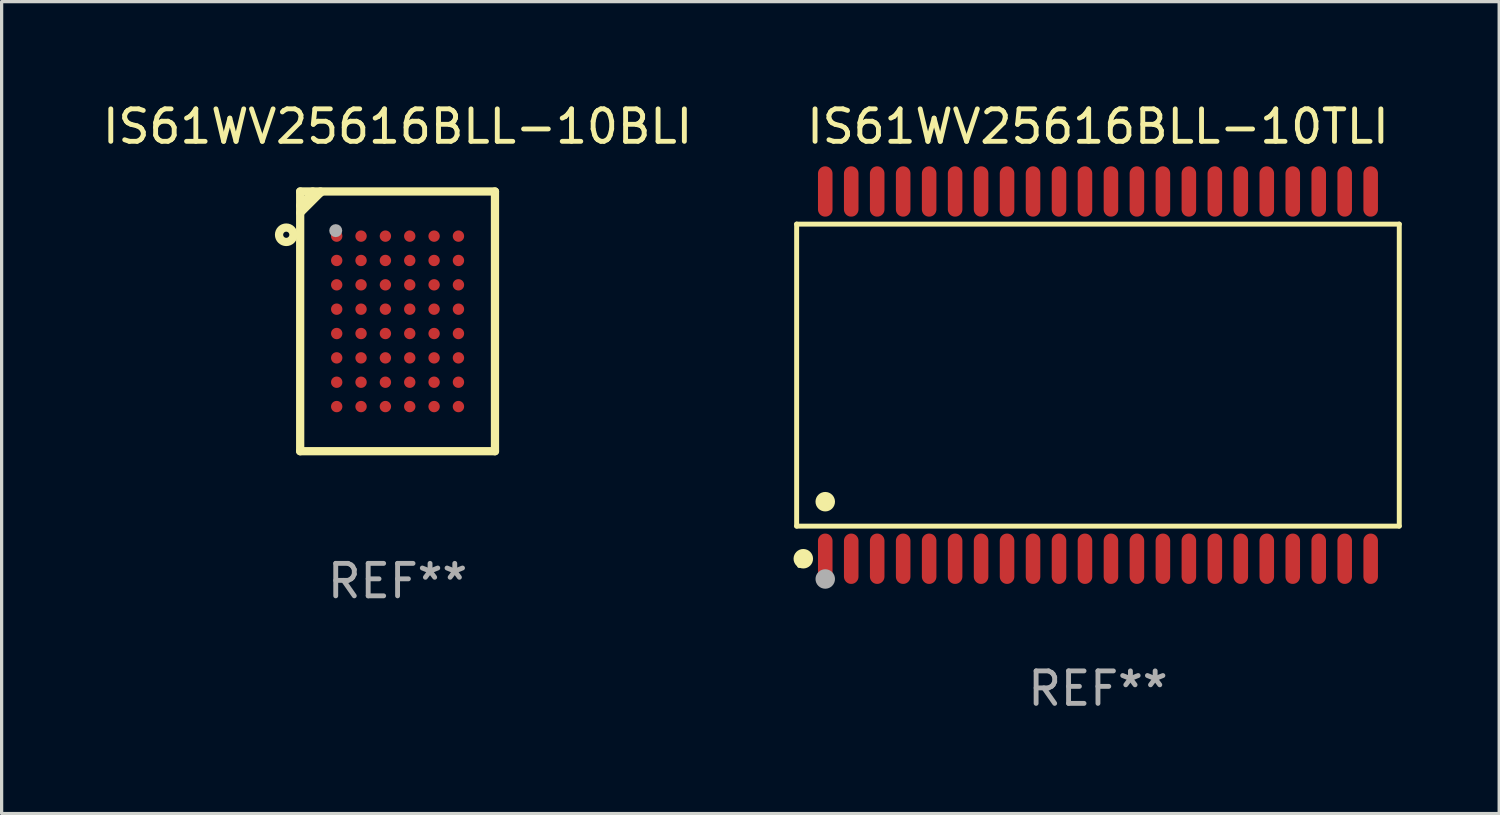
<source format=kicad_pcb>
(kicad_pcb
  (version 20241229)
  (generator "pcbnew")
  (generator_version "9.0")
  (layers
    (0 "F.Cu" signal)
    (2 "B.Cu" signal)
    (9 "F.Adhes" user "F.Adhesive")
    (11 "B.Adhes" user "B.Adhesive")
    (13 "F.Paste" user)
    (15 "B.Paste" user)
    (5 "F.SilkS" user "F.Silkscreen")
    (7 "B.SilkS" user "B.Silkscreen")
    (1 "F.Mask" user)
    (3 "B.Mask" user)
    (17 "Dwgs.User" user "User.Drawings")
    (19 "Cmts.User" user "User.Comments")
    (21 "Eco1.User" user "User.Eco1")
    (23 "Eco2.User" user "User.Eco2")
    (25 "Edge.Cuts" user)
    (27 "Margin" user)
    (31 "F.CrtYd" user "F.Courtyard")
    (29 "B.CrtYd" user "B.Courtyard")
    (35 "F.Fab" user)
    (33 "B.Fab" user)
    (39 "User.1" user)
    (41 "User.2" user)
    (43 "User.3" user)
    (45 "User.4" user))
  (footprint "IS61WV25616BLL-10BLI"
    (layer "F.Cu")
    (at 9.196 6.848)
    (property "Reference" "IS61WV25616BLL-10BLI" (at 0 -6 0) (layer "F.SilkS") (effects (font (size 1 1) (thickness 0.15))))
    (attr through_hole)
    (fp_line (start -3 -4) (end -3 4) (stroke (width 0.254) (type solid)) (layer "F.SilkS"))
    (fp_line (start -3 -4) (end 3 -4) (stroke (width 0.254) (type solid)) (layer "F.SilkS"))
    (fp_line (start -3 4) (end 3 4) (stroke (width 0.254) (type solid)) (layer "F.SilkS"))
    (fp_line (start -2.614 -4) (end -2.614 -3.952) (stroke (width 0.254) (type solid)) (layer "F.SilkS"))
    (fp_line (start -2.614 -3.952) (end -3 -3.567) (stroke (width 0.254) (type solid)) (layer "F.SilkS"))
    (fp_line (start -2.377 -4) (end -2.377 -3.966) (stroke (width 0.254) (type solid)) (layer "F.SilkS"))
    (fp_line (start -2.377 -3.966) (end -3 -3.343) (stroke (width 0.254) (type solid)) (layer "F.SilkS"))
    (fp_line (start 3 -4) (end 3 4) (stroke (width 0.254) (type solid)) (layer "F.SilkS"))
    (fp_circle (center -3.429 -2.667) (end -3.334 -2.667) (stroke (width 0.254) (type solid)) (fill no) (layer "F.SilkS"))
    (fp_circle (center -3 -4) (end -2.97 -4) (stroke (width 0.06) (type solid)) (fill no) (layer "F.SilkS"))
    (fp_circle (center -1.905 -2.794) (end -1.805 -2.794) (stroke (width 0.2) (type solid)) (fill no) (layer "F.Fab"))
    (fp_text user "REF**" (at 0 8 0) (layer "F.Fab") (effects (font (size 1 1) (thickness 0.15))))
    (pad "A1" smd circle (at -1.875 -2.625) (size 0.35 0.35) (layers "F.Cu" "F.Mask" "F.Paste"))
    (pad "A2" smd circle (at -1.125 -2.625) (size 0.35 0.35) (layers "F.Cu" "F.Mask" "F.Paste"))
    (pad "A3" smd circle (at -0.375 -2.625) (size 0.35 0.35) (layers "F.Cu" "F.Mask" "F.Paste"))
    (pad "A4" smd circle (at 0.375 -2.625) (size 0.35 0.35) (layers "F.Cu" "F.Mask" "F.Paste"))
    (pad "A5" smd circle (at 1.125 -2.625) (size 0.35 0.35) (layers "F.Cu" "F.Mask" "F.Paste"))
    (pad "A6" smd circle (at 1.875 -2.625) (size 0.35 0.35) (layers "F.Cu" "F.Mask" "F.Paste"))
    (pad "B1" smd circle (at -1.875 -1.875) (size 0.35 0.35) (layers "F.Cu" "F.Mask" "F.Paste"))
    (pad "B2" smd circle (at -1.125 -1.875) (size 0.35 0.35) (layers "F.Cu" "F.Mask" "F.Paste"))
    (pad "B3" smd circle (at -0.375 -1.875) (size 0.35 0.35) (layers "F.Cu" "F.Mask" "F.Paste"))
    (pad "B4" smd circle (at 0.375 -1.875) (size 0.35 0.35) (layers "F.Cu" "F.Mask" "F.Paste"))
    (pad "B5" smd circle (at 1.125 -1.875) (size 0.35 0.35) (layers "F.Cu" "F.Mask" "F.Paste"))
    (pad "B6" smd circle (at 1.875 -1.875) (size 0.35 0.35) (layers "F.Cu" "F.Mask" "F.Paste"))
    (pad "C1" smd circle (at -1.875 -1.125) (size 0.35 0.35) (layers "F.Cu" "F.Mask" "F.Paste"))
    (pad "C2" smd circle (at -1.125 -1.125) (size 0.35 0.35) (layers "F.Cu" "F.Mask" "F.Paste"))
    (pad "C3" smd circle (at -0.375 -1.125) (size 0.35 0.35) (layers "F.Cu" "F.Mask" "F.Paste"))
    (pad "C4" smd circle (at 0.375 -1.125) (size 0.35 0.35) (layers "F.Cu" "F.Mask" "F.Paste"))
    (pad "C5" smd circle (at 1.125 -1.125) (size 0.35 0.35) (layers "F.Cu" "F.Mask" "F.Paste"))
    (pad "C6" smd circle (at 1.875 -1.125) (size 0.35 0.35) (layers "F.Cu" "F.Mask" "F.Paste"))
    (pad "D1" smd circle (at -1.875 -0.375) (size 0.35 0.35) (layers "F.Cu" "F.Mask" "F.Paste"))
    (pad "D2" smd circle (at -1.125 -0.375) (size 0.35 0.35) (layers "F.Cu" "F.Mask" "F.Paste"))
    (pad "D3" smd circle (at -0.375 -0.375) (size 0.35 0.35) (layers "F.Cu" "F.Mask" "F.Paste"))
    (pad "D4" smd circle (at 0.375 -0.375) (size 0.35 0.35) (layers "F.Cu" "F.Mask" "F.Paste"))
    (pad "D5" smd circle (at 1.125 -0.375) (size 0.35 0.35) (layers "F.Cu" "F.Mask" "F.Paste"))
    (pad "D6" smd circle (at 1.875 -0.375) (size 0.35 0.35) (layers "F.Cu" "F.Mask" "F.Paste"))
    (pad "E1" smd circle (at -1.875 0.375) (size 0.35 0.35) (layers "F.Cu" "F.Mask" "F.Paste"))
    (pad "E2" smd circle (at -1.125 0.375) (size 0.35 0.35) (layers "F.Cu" "F.Mask" "F.Paste"))
    (pad "E3" smd circle (at -0.375 0.375) (size 0.35 0.35) (layers "F.Cu" "F.Mask" "F.Paste"))
    (pad "E4" smd circle (at 0.375 0.375) (size 0.35 0.35) (layers "F.Cu" "F.Mask" "F.Paste"))
    (pad "E5" smd circle (at 1.125 0.375) (size 0.35 0.35) (layers "F.Cu" "F.Mask" "F.Paste"))
    (pad "E6" smd circle (at 1.875 0.375) (size 0.35 0.35) (layers "F.Cu" "F.Mask" "F.Paste"))
    (pad "F1" smd circle (at -1.875 1.125) (size 0.35 0.35) (layers "F.Cu" "F.Mask" "F.Paste"))
    (pad "F2" smd circle (at -1.125 1.125) (size 0.35 0.35) (layers "F.Cu" "F.Mask" "F.Paste"))
    (pad "F3" smd circle (at -0.375 1.125) (size 0.35 0.35) (layers "F.Cu" "F.Mask" "F.Paste"))
    (pad "F4" smd circle (at 0.375 1.125) (size 0.35 0.35) (layers "F.Cu" "F.Mask" "F.Paste"))
    (pad "F5" smd circle (at 1.125 1.125) (size 0.35 0.35) (layers "F.Cu" "F.Mask" "F.Paste"))
    (pad "F6" smd circle (at 1.875 1.125) (size 0.35 0.35) (layers "F.Cu" "F.Mask" "F.Paste"))
    (pad "G1" smd circle (at -1.875 1.875) (size 0.35 0.35) (layers "F.Cu" "F.Mask" "F.Paste"))
    (pad "G2" smd circle (at -1.125 1.875) (size 0.35 0.35) (layers "F.Cu" "F.Mask" "F.Paste"))
    (pad "G3" smd circle (at -0.375 1.875) (size 0.35 0.35) (layers "F.Cu" "F.Mask" "F.Paste"))
    (pad "G4" smd circle (at 0.375 1.875) (size 0.35 0.35) (layers "F.Cu" "F.Mask" "F.Paste"))
    (pad "G5" smd circle (at 1.125 1.875) (size 0.35 0.35) (layers "F.Cu" "F.Mask" "F.Paste"))
    (pad "G6" smd circle (at 1.875 1.875) (size 0.35 0.35) (layers "F.Cu" "F.Mask" "F.Paste"))
    (pad "H1" smd circle (at -1.875 2.625) (size 0.35 0.35) (layers "F.Cu" "F.Mask" "F.Paste"))
    (pad "H2" smd circle (at -1.125 2.625) (size 0.35 0.35) (layers "F.Cu" "F.Mask" "F.Paste"))
    (pad "H3" smd circle (at -0.375 2.625) (size 0.35 0.35) (layers "F.Cu" "F.Mask" "F.Paste"))
    (pad "H4" smd circle (at 0.375 2.625) (size 0.35 0.35) (layers "F.Cu" "F.Mask" "F.Paste"))
    (pad "H5" smd circle (at 1.125 2.625) (size 0.35 0.35) (layers "F.Cu" "F.Mask" "F.Paste"))
    (pad "H6" smd circle (at 1.875 2.625) (size 0.35 0.35) (layers "F.Cu" "F.Mask" "F.Paste")))
  (footprint "IS61WV25616BLL-10TLI"
    (layer "F.Cu")
    (at 30.769 8.504)
    (property "Reference" "IS61WV25616BLL-10TLI" (at 0 -7.656 0) (layer "F.SilkS") (effects (font (size 1 1) (thickness 0.15))))
    (attr through_hole)
    (fp_line (start -9.281 -4.651) (end 9.281 -4.651) (stroke (width 0.152) (type solid)) (layer "F.SilkS"))
    (fp_line (start -9.281 4.651) (end -9.281 -4.651) (stroke (width 0.152) (type solid)) (layer "F.SilkS"))
    (fp_line (start 9.281 -4.651) (end 9.281 4.651) (stroke (width 0.152) (type solid)) (layer "F.SilkS"))
    (fp_line (start 9.281 4.651) (end -9.281 4.651) (stroke (width 0.152) (type solid)) (layer "F.SilkS"))
    (fp_circle (center -9.205 5.88) (end -9.175 5.88) (stroke (width 0.06) (type solid)) (fill no) (layer "F.SilkS"))
    (fp_circle (center -9.076 5.656) (end -8.926 5.656) (stroke (width 0.3) (type solid)) (fill no) (layer "F.SilkS"))
    (fp_circle (center -8.4 3.899) (end -8.25 3.899) (stroke (width 0.3) (type solid)) (fill no) (layer "F.SilkS"))
    (fp_circle (center -8.4 6.28) (end -8.25 6.28) (stroke (width 0.3) (type solid)) (fill no) (layer "F.Fab"))
    (fp_text user "REF**" (at 0 9.656 0) (layer "F.Fab") (effects (font (size 1 1) (thickness 0.15))))
    (pad "1" smd oval (at -8.4 5.656) (size 0.448 1.551) (layers "F.Cu" "F.Mask" "F.Paste"))
    (pad "2" smd oval (at -7.6 5.656) (size 0.448 1.551) (layers "F.Cu" "F.Mask" "F.Paste"))
    (pad "3" smd oval (at -6.8 5.656) (size 0.448 1.551) (layers "F.Cu" "F.Mask" "F.Paste"))
    (pad "4" smd oval (at -6 5.656) (size 0.448 1.551) (layers "F.Cu" "F.Mask" "F.Paste"))
    (pad "5" smd oval (at -5.2 5.656) (size 0.448 1.551) (layers "F.Cu" "F.Mask" "F.Paste"))
    (pad "6" smd oval (at -4.4 5.656) (size 0.448 1.551) (layers "F.Cu" "F.Mask" "F.Paste"))
    (pad "7" smd oval (at -3.6 5.656) (size 0.448 1.551) (layers "F.Cu" "F.Mask" "F.Paste"))
    (pad "8" smd oval (at -2.8 5.656) (size 0.448 1.551) (layers "F.Cu" "F.Mask" "F.Paste"))
    (pad "9" smd oval (at -2 5.656) (size 0.448 1.551) (layers "F.Cu" "F.Mask" "F.Paste"))
    (pad "10" smd oval (at -1.2 5.656) (size 0.448 1.551) (layers "F.Cu" "F.Mask" "F.Paste"))
    (pad "11" smd oval (at -0.4 5.656) (size 0.448 1.551) (layers "F.Cu" "F.Mask" "F.Paste"))
    (pad "12" smd oval (at 0.4 5.656) (size 0.448 1.551) (layers "F.Cu" "F.Mask" "F.Paste"))
    (pad "13" smd oval (at 1.2 5.656) (size 0.448 1.551) (layers "F.Cu" "F.Mask" "F.Paste"))
    (pad "14" smd oval (at 2 5.656) (size 0.448 1.551) (layers "F.Cu" "F.Mask" "F.Paste"))
    (pad "15" smd oval (at 2.8 5.656) (size 0.448 1.551) (layers "F.Cu" "F.Mask" "F.Paste"))
    (pad "16" smd oval (at 3.6 5.656) (size 0.448 1.551) (layers "F.Cu" "F.Mask" "F.Paste"))
    (pad "17" smd oval (at 4.4 5.656) (size 0.448 1.551) (layers "F.Cu" "F.Mask" "F.Paste"))
    (pad "18" smd oval (at 5.2 5.656) (size 0.448 1.551) (layers "F.Cu" "F.Mask" "F.Paste"))
    (pad "19" smd oval (at 6 5.656) (size 0.448 1.551) (layers "F.Cu" "F.Mask" "F.Paste"))
    (pad "20" smd oval (at 6.8 5.656) (size 0.448 1.551) (layers "F.Cu" "F.Mask" "F.Paste"))
    (pad "21" smd oval (at 7.6 5.656) (size 0.448 1.551) (layers "F.Cu" "F.Mask" "F.Paste"))
    (pad "22" smd oval (at 8.4 5.656) (size 0.448 1.551) (layers "F.Cu" "F.Mask" "F.Paste"))
    (pad "23" smd oval (at 8.4 -5.656) (size 0.448 1.551) (layers "F.Cu" "F.Mask" "F.Paste"))
    (pad "24" smd oval (at 7.6 -5.656) (size 0.448 1.551) (layers "F.Cu" "F.Mask" "F.Paste"))
    (pad "25" smd oval (at 6.8 -5.656) (size 0.448 1.551) (layers "F.Cu" "F.Mask" "F.Paste"))
    (pad "26" smd oval (at 6 -5.656) (size 0.448 1.551) (layers "F.Cu" "F.Mask" "F.Paste"))
    (pad "27" smd oval (at 5.2 -5.656) (size 0.448 1.551) (layers "F.Cu" "F.Mask" "F.Paste"))
    (pad "28" smd oval (at 4.4 -5.656) (size 0.448 1.551) (layers "F.Cu" "F.Mask" "F.Paste"))
    (pad "29" smd oval (at 3.6 -5.656) (size 0.448 1.551) (layers "F.Cu" "F.Mask" "F.Paste"))
    (pad "30" smd oval (at 2.8 -5.656) (size 0.448 1.551) (layers "F.Cu" "F.Mask" "F.Paste"))
    (pad "31" smd oval (at 2 -5.656) (size 0.448 1.551) (layers "F.Cu" "F.Mask" "F.Paste"))
    (pad "32" smd oval (at 1.2 -5.656) (size 0.448 1.551) (layers "F.Cu" "F.Mask" "F.Paste"))
    (pad "33" smd oval (at 0.4 -5.656) (size 0.448 1.551) (layers "F.Cu" "F.Mask" "F.Paste"))
    (pad "34" smd oval (at -0.4 -5.656) (size 0.448 1.551) (layers "F.Cu" "F.Mask" "F.Paste"))
    (pad "35" smd oval (at -1.2 -5.656) (size 0.448 1.551) (layers "F.Cu" "F.Mask" "F.Paste"))
    (pad "36" smd oval (at -2 -5.656) (size 0.448 1.551) (layers "F.Cu" "F.Mask" "F.Paste"))
    (pad "37" smd oval (at -2.8 -5.656) (size 0.448 1.551) (layers "F.Cu" "F.Mask" "F.Paste"))
    (pad "38" smd oval (at -3.6 -5.656) (size 0.448 1.551) (layers "F.Cu" "F.Mask" "F.Paste"))
    (pad "39" smd oval (at -4.4 -5.656) (size 0.448 1.551) (layers "F.Cu" "F.Mask" "F.Paste"))
    (pad "40" smd oval (at -5.2 -5.656) (size 0.448 1.551) (layers "F.Cu" "F.Mask" "F.Paste"))
    (pad "41" smd oval (at -6 -5.656) (size 0.448 1.551) (layers "F.Cu" "F.Mask" "F.Paste"))
    (pad "42" smd oval (at -6.8 -5.656) (size 0.448 1.551) (layers "F.Cu" "F.Mask" "F.Paste"))
    (pad "43" smd oval (at -7.6 -5.656) (size 0.448 1.551) (layers "F.Cu" "F.Mask" "F.Paste"))
    (pad "44" smd oval (at -8.4 -5.656) (size 0.448 1.551) (layers "F.Cu" "F.Mask" "F.Paste")))
  (gr_rect
    (start -3 -3)
    (end 43.127 22.008)
    (stroke (width 0.1) (type default))
    (fill no)
    (layer "Edge.Cuts")))
</source>
